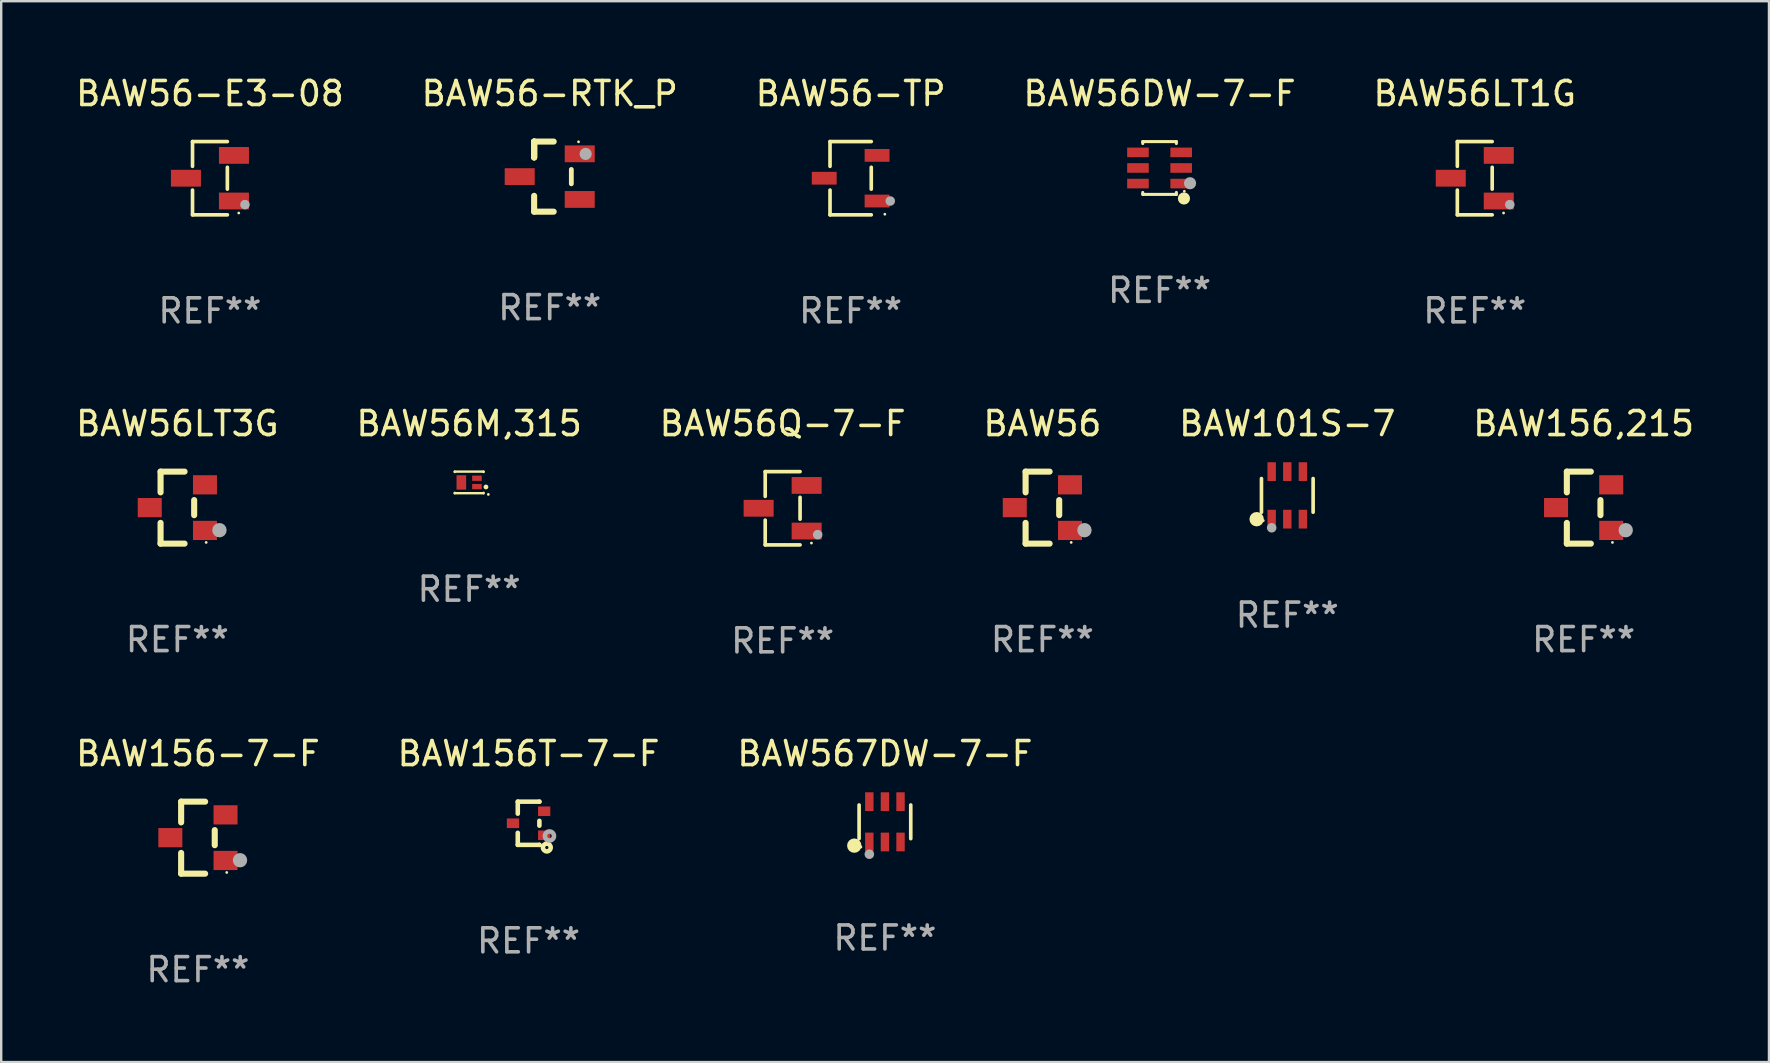
<source format=kicad_pcb>
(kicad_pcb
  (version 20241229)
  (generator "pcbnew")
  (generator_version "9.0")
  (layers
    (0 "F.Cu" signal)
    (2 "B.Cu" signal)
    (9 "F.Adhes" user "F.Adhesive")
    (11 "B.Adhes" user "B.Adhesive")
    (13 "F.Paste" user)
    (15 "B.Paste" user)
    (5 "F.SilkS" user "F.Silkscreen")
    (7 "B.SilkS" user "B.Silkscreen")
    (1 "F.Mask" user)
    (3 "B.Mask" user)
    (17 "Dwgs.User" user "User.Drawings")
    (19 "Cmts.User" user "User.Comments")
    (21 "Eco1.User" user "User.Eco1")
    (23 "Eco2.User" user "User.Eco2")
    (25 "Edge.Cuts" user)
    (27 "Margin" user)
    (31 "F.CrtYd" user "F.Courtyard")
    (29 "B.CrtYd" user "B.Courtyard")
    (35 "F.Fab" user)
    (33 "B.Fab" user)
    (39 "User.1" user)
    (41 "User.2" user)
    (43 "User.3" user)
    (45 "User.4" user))
  (footprint "BAW56"
    (layer "F.Cu")
    (at 40.375 18.097)
    (property "Reference" "BAW56" (at 0 -3.5 0) (layer "F.SilkS") (effects (font (size 1 1) (thickness 0.15))))
    (attr through_hole)
    (fp_line (start -0.7 -1.5) (end 0.3 -1.5) (stroke (width 0.254) (type solid)) (layer "F.SilkS"))
    (fp_line (start -0.7 -0.636) (end -0.7 -1.5) (stroke (width 0.254) (type solid)) (layer "F.SilkS"))
    (fp_line (start -0.7 1.5) (end -0.7 0.636) (stroke (width 0.254) (type solid)) (layer "F.SilkS"))
    (fp_line (start -0.7 1.5) (end 0.3 1.5) (stroke (width 0.254) (type solid)) (layer "F.SilkS"))
    (fp_line (start 0.7 0.314) (end 0.7 -0.314) (stroke (width 0.254) (type solid)) (layer "F.SilkS"))
    (fp_circle (center 1.2 1.45) (end 1.23 1.45) (stroke (width 0.06) (type solid)) (fill no) (layer "F.SilkS"))
    (fp_circle (center 1.753 0.94) (end 1.903 0.94) (stroke (width 0.3) (type solid)) (fill no) (layer "F.Fab"))
    (fp_text user "REF**" (at 0 5.5 0) (layer "F.Fab") (effects (font (size 1 1) (thickness 0.15))))
    (pad "1" smd rect (at 1.15 0.95 180) (size 1 0.8) (layers "F.Cu" "F.Mask" "F.Paste"))
    (pad "2" smd rect (at 1.15 -0.95 180) (size 1 0.8) (layers "F.Cu" "F.Mask" "F.Paste"))
    (pad "3" smd rect (at -1.15 -0.000051 180) (size 1 0.8) (layers "F.Cu" "F.Mask" "F.Paste")))
  (footprint "BAW56-E3-08"
    (layer "F.Cu")
    (at 5.696 4.374)
    (property "Reference" "BAW56-E3-08" (at 0 -3.526 0) (layer "F.SilkS") (effects (font (size 1 1) (thickness 0.15))))
    (attr through_hole)
    (fp_line (start -0.726 -1.526) (end -0.726 -0.495) (stroke (width 0.152) (type solid)) (layer "F.SilkS"))
    (fp_line (start -0.726 1.526) (end -0.726 0.495) (stroke (width 0.152) (type solid)) (layer "F.SilkS"))
    (fp_line (start 0.726 -1.526) (end -0.726 -1.526) (stroke (width 0.152) (type solid)) (layer "F.SilkS"))
    (fp_line (start 0.726 -0.455) (end 0.726 0.455) (stroke (width 0.152) (type solid)) (layer "F.SilkS"))
    (fp_line (start 0.726 1.526) (end -0.726 1.526) (stroke (width 0.152) (type solid)) (layer "F.SilkS"))
    (fp_circle (center 1.2 1.45) (end 1.23 1.45) (stroke (width 0.06) (type solid)) (fill no) (layer "F.SilkS"))
    (fp_circle (center 1.46 1.1) (end 1.56 1.1) (stroke (width 0.2) (type solid)) (fill no) (layer "F.Fab"))
    (fp_text user "REF**" (at 0 5.526 0) (layer "F.Fab") (effects (font (size 1 1) (thickness 0.15))))
    (pad "1" smd rect (at 1 0.95) (size 1.25 0.7) (layers "F.Cu" "F.Mask" "F.Paste"))
    (pad "2" smd rect (at 1 -0.95) (size 1.25 0.7) (layers "F.Cu" "F.Mask" "F.Paste"))
    (pad "3" smd rect (at -1 0) (size 1.25 0.7) (layers "F.Cu" "F.Mask" "F.Paste")))
  (footprint "BAW156-7-F"
    (layer "F.Cu")
    (at 5.196 31.846)
    (property "Reference" "BAW156-7-F" (at 0 -3.5 0) (layer "F.SilkS") (effects (font (size 1 1) (thickness 0.15))))
    (attr through_hole)
    (fp_line (start -0.7 -1.5) (end 0.3 -1.5) (stroke (width 0.254) (type solid)) (layer "F.SilkS"))
    (fp_line (start -0.7 -0.636) (end -0.7 -1.5) (stroke (width 0.254) (type solid)) (layer "F.SilkS"))
    (fp_line (start -0.7 1.5) (end -0.7 0.636) (stroke (width 0.254) (type solid)) (layer "F.SilkS"))
    (fp_line (start -0.7 1.5) (end 0.3 1.5) (stroke (width 0.254) (type solid)) (layer "F.SilkS"))
    (fp_line (start 0.7 0.314) (end 0.7 -0.314) (stroke (width 0.254) (type solid)) (layer "F.SilkS"))
    (fp_circle (center 1.2 1.45) (end 1.23 1.45) (stroke (width 0.06) (type solid)) (fill no) (layer "F.SilkS"))
    (fp_circle (center 1.753 0.94) (end 1.903 0.94) (stroke (width 0.3) (type solid)) (fill no) (layer "F.Fab"))
    (fp_text user "REF**" (at 0 5.5 0) (layer "F.Fab") (effects (font (size 1 1) (thickness 0.15))))
    (pad "1" smd rect (at 1.15 0.95 180) (size 1 0.8) (layers "F.Cu" "F.Mask" "F.Paste"))
    (pad "2" smd rect (at 1.15 -0.95 180) (size 1 0.8) (layers "F.Cu" "F.Mask" "F.Paste"))
    (pad "3" smd rect (at -1.15 -0.000051 180) (size 1 0.8) (layers "F.Cu" "F.Mask" "F.Paste")))
  (footprint "BAW56Q-7-F"
    (layer "F.Cu")
    (at 29.554 18.123)
    (property "Reference" "BAW56Q-7-F" (at 0 -3.526 0) (layer "F.SilkS") (effects (font (size 1 1) (thickness 0.15))))
    (attr through_hole)
    (fp_line (start -0.726 -1.526) (end -0.726 -0.495) (stroke (width 0.152) (type solid)) (layer "F.SilkS"))
    (fp_line (start -0.726 1.526) (end -0.726 0.495) (stroke (width 0.152) (type solid)) (layer "F.SilkS"))
    (fp_line (start 0.726 -1.526) (end -0.726 -1.526) (stroke (width 0.152) (type solid)) (layer "F.SilkS"))
    (fp_line (start 0.726 -0.455) (end 0.726 0.455) (stroke (width 0.152) (type solid)) (layer "F.SilkS"))
    (fp_line (start 0.726 1.526) (end -0.726 1.526) (stroke (width 0.152) (type solid)) (layer "F.SilkS"))
    (fp_circle (center 1.2 1.45) (end 1.23 1.45) (stroke (width 0.06) (type solid)) (fill no) (layer "F.SilkS"))
    (fp_circle (center 1.46 1.1) (end 1.56 1.1) (stroke (width 0.2) (type solid)) (fill no) (layer "F.Fab"))
    (fp_text user "REF**" (at 0 5.526 0) (layer "F.Fab") (effects (font (size 1 1) (thickness 0.15))))
    (pad "1" smd rect (at 1 0.95) (size 1.25 0.7) (layers "F.Cu" "F.Mask" "F.Paste"))
    (pad "2" smd rect (at 1 -0.95) (size 1.25 0.7) (layers "F.Cu" "F.Mask" "F.Paste"))
    (pad "3" smd rect (at -1 0) (size 1.25 0.7) (layers "F.Cu" "F.Mask" "F.Paste")))
  (footprint "BAW101S-7"
    (layer "F.Cu")
    (at 50.577 17.587)
    (property "Reference" "BAW101S-7" (at 0 -2.99 0) (layer "F.SilkS") (effects (font (size 1 1) (thickness 0.15))))
    (attr through_hole)
    (fp_line (start -1.076 0.701) (end -1.076 -0.701) (stroke (width 0.152) (type solid)) (layer "F.SilkS"))
    (fp_line (start 1.076 0.701) (end 1.076 -0.701) (stroke (width 0.152) (type solid)) (layer "F.SilkS"))
    (fp_circle (center -1.277 0.992) (end -1.127 0.992) (stroke (width 0.3) (type solid)) (fill no) (layer "F.SilkS"))
    (fp_circle (center -1 1.05) (end -0.97 1.05) (stroke (width 0.06) (type solid)) (fill no) (layer "F.SilkS"))
    (fp_circle (center -0.65 1.35) (end -0.55 1.35) (stroke (width 0.2) (type solid)) (fill no) (layer "F.Fab"))
    (fp_text user "REF**" (at 0 4.99 0) (layer "F.Fab") (effects (font (size 1 1) (thickness 0.15))))
    (pad "1" smd rect (at -0.65 0.99) (size 0.35 0.78) (layers "F.Cu" "F.Mask" "F.Paste"))
    (pad "2" smd rect (at 0 0.99) (size 0.35 0.78) (layers "F.Cu" "F.Mask" "F.Paste"))
    (pad "3" smd rect (at 0.65 0.99) (size 0.35 0.78) (layers "F.Cu" "F.Mask" "F.Paste"))
    (pad "4" smd rect (at 0.65 -0.99) (size 0.35 0.78) (layers "F.Cu" "F.Mask" "F.Paste"))
    (pad "5" smd rect (at 0 -0.99) (size 0.35 0.78) (layers "F.Cu" "F.Mask" "F.Paste"))
    (pad "6" smd rect (at -0.65 -0.99) (size 0.35 0.78) (layers "F.Cu" "F.Mask" "F.Paste")))
  (footprint "BAW156,215"
    (layer "F.Cu")
    (at 62.923 18.097)
    (property "Reference" "BAW156,215" (at 0 -3.5 0) (layer "F.SilkS") (effects (font (size 1 1) (thickness 0.15))))
    (attr through_hole)
    (fp_line (start -0.7 -1.5) (end 0.3 -1.5) (stroke (width 0.254) (type solid)) (layer "F.SilkS"))
    (fp_line (start -0.7 -0.636) (end -0.7 -1.5) (stroke (width 0.254) (type solid)) (layer "F.SilkS"))
    (fp_line (start -0.7 1.5) (end -0.7 0.636) (stroke (width 0.254) (type solid)) (layer "F.SilkS"))
    (fp_line (start -0.7 1.5) (end 0.3 1.5) (stroke (width 0.254) (type solid)) (layer "F.SilkS"))
    (fp_line (start 0.7 0.314) (end 0.7 -0.314) (stroke (width 0.254) (type solid)) (layer "F.SilkS"))
    (fp_circle (center 1.2 1.45) (end 1.23 1.45) (stroke (width 0.06) (type solid)) (fill no) (layer "F.SilkS"))
    (fp_circle (center 1.753 0.94) (end 1.903 0.94) (stroke (width 0.3) (type solid)) (fill no) (layer "F.Fab"))
    (fp_text user "REF**" (at 0 5.5 0) (layer "F.Fab") (effects (font (size 1 1) (thickness 0.15))))
    (pad "1" smd rect (at 1.15 0.95 180) (size 1 0.8) (layers "F.Cu" "F.Mask" "F.Paste"))
    (pad "2" smd rect (at 1.15 -0.95 180) (size 1 0.8) (layers "F.Cu" "F.Mask" "F.Paste"))
    (pad "3" smd rect (at -1.15 -0.000051 180) (size 1 0.8) (layers "F.Cu" "F.Mask" "F.Paste")))
  (footprint "BAW56-RTK_P"
    (layer "F.Cu")
    (at 19.851 4.308)
    (property "Reference" "BAW56-RTK_P" (at 0 -3.46 0) (layer "F.SilkS") (effects (font (size 1 1) (thickness 0.15))))
    (attr through_hole)
    (fp_line (start -0.65 -1.46) (end -0.65 -0.8) (stroke (width 0.254) (type solid)) (layer "F.SilkS"))
    (fp_line (start -0.65 -1.46) (end 0.165 -1.46) (stroke (width 0.254) (type solid)) (layer "F.SilkS"))
    (fp_line (start -0.65 -0.8) (end -0.65 -1.46) (stroke (width 0.254) (type solid)) (layer "F.SilkS"))
    (fp_line (start -0.65 -0.8) (end -0.65 -1.46) (stroke (width 0.254) (type solid)) (layer "F.SilkS"))
    (fp_line (start -0.65 1.46) (end -0.65 0.8) (stroke (width 0.254) (type solid)) (layer "F.SilkS"))
    (fp_line (start 0.165 1.46) (end -0.65 1.46) (stroke (width 0.254) (type solid)) (layer "F.SilkS"))
    (fp_line (start 0.9 0.3) (end 0.9 -0.3) (stroke (width 0.2) (type solid)) (layer "F.SilkS"))
    (fp_circle (center 1.2 -1.45) (end 1.23 -1.45) (stroke (width 0.06) (type solid)) (fill no) (layer "F.SilkS"))
    (fp_circle (center 1.496 -0.945) (end 1.623 -0.945) (stroke (width 0.254) (type solid)) (fill no) (layer "F.Fab"))
    (fp_text user "REF**" (at 0 5.46 0) (layer "F.Fab") (effects (font (size 1 1) (thickness 0.15))))
    (pad "1" smd rect (at 1.25 -0.95 270) (size 0.7 1.25) (layers "F.Cu" "F.Mask" "F.Paste"))
    (pad "2" smd rect (at 1.25 0.95 270) (size 0.7 1.25) (layers "F.Cu" "F.Mask" "F.Paste"))
    (pad "3" smd rect (at -1.25 0 270) (size 0.7 1.25) (layers "F.Cu" "F.Mask" "F.Paste")))
  (footprint "BAW56LT3G"
    (layer "F.Cu")
    (at 4.339 18.097)
    (property "Reference" "BAW56LT3G" (at 0 -3.5 0) (layer "F.SilkS") (effects (font (size 1 1) (thickness 0.15))))
    (attr through_hole)
    (fp_line (start -0.7 -1.5) (end 0.3 -1.5) (stroke (width 0.254) (type solid)) (layer "F.SilkS"))
    (fp_line (start -0.7 -0.636) (end -0.7 -1.5) (stroke (width 0.254) (type solid)) (layer "F.SilkS"))
    (fp_line (start -0.7 1.5) (end -0.7 0.636) (stroke (width 0.254) (type solid)) (layer "F.SilkS"))
    (fp_line (start -0.7 1.5) (end 0.3 1.5) (stroke (width 0.254) (type solid)) (layer "F.SilkS"))
    (fp_line (start 0.7 0.314) (end 0.7 -0.314) (stroke (width 0.254) (type solid)) (layer "F.SilkS"))
    (fp_circle (center 1.2 1.45) (end 1.23 1.45) (stroke (width 0.06) (type solid)) (fill no) (layer "F.SilkS"))
    (fp_circle (center 1.753 0.94) (end 1.903 0.94) (stroke (width 0.3) (type solid)) (fill no) (layer "F.Fab"))
    (fp_text user "REF**" (at 0 5.5 0) (layer "F.Fab") (effects (font (size 1 1) (thickness 0.15))))
    (pad "1" smd rect (at 1.15 0.95 180) (size 1 0.8) (layers "F.Cu" "F.Mask" "F.Paste"))
    (pad "2" smd rect (at 1.15 -0.95 180) (size 1 0.8) (layers "F.Cu" "F.Mask" "F.Paste"))
    (pad "3" smd rect (at -1.15 -0.000051 180) (size 1 0.8) (layers "F.Cu" "F.Mask" "F.Paste")))
  (footprint "BAW56-TP"
    (layer "F.Cu")
    (at 32.387 4.374)
    (property "Reference" "BAW56-TP" (at 0 -3.526 0) (layer "F.SilkS") (effects (font (size 1 1) (thickness 0.15))))
    (attr through_hole)
    (fp_line (start -0.859 -1.526) (end -0.859 -0.495) (stroke (width 0.152) (type solid)) (layer "F.SilkS"))
    (fp_line (start -0.859 1.526) (end -0.859 0.495) (stroke (width 0.152) (type solid)) (layer "F.SilkS"))
    (fp_line (start 0.859 -1.526) (end -0.859 -1.526) (stroke (width 0.152) (type solid)) (layer "F.SilkS"))
    (fp_line (start 0.859 -0.455) (end 0.859 0.455) (stroke (width 0.152) (type solid)) (layer "F.SilkS"))
    (fp_line (start 0.859 1.526) (end -0.859 1.526) (stroke (width 0.152) (type solid)) (layer "F.SilkS"))
    (fp_circle (center 1.425 1.5) (end 1.455 1.5) (stroke (width 0.06) (type solid)) (fill no) (layer "F.SilkS"))
    (fp_circle (center 1.65 0.95) (end 1.75 0.95) (stroke (width 0.2) (type solid)) (fill no) (layer "F.Fab"))
    (fp_text user "REF**" (at 0 5.526 0) (layer "F.Fab") (effects (font (size 1 1) (thickness 0.15))))
    (pad "1" smd rect (at 1.101 0.95) (size 1.037 0.532) (layers "F.Cu" "F.Mask" "F.Paste"))
    (pad "2" smd rect (at 1.101 -0.95) (size 1.037 0.532) (layers "F.Cu" "F.Mask" "F.Paste"))
    (pad "3" smd rect (at -1.101 0) (size 1.037 0.532) (layers "F.Cu" "F.Mask" "F.Paste")))
  (footprint "BAW56M,315"
    (layer "F.Cu")
    (at 16.494 17.047)
    (property "Reference" "BAW56M,315" (at 0 -2.45 0) (layer "F.SilkS") (effects (font (size 1 1) (thickness 0.15))))
    (attr through_hole)
    (fp_line (start -0.6 -0.45) (end -0.6 -0.434) (stroke (width 0.1) (type solid)) (layer "F.SilkS"))
    (fp_line (start -0.6 -0.45) (end 0.6 -0.45) (stroke (width 0.1) (type solid)) (layer "F.SilkS"))
    (fp_line (start -0.6 0.434) (end -0.6 0.45) (stroke (width 0.1) (type solid)) (layer "F.SilkS"))
    (fp_line (start -0.6 0.45) (end 0.6 0.45) (stroke (width 0.1) (type solid)) (layer "F.SilkS"))
    (fp_line (start 0.6 -0.45) (end 0.6 -0.434) (stroke (width 0.1) (type solid)) (layer "F.SilkS"))
    (fp_line (start 0.6 0.434) (end 0.6 0.45) (stroke (width 0.1) (type solid)) (layer "F.SilkS"))
    (fp_circle (center 0.7 0.19) (end 0.75 0.19) (stroke (width 0.1) (type solid)) (fill no) (layer "F.SilkS"))
    (fp_circle (center 0.8 0.5) (end 0.83 0.5) (stroke (width 0.06) (type solid)) (fill no) (layer "F.SilkS"))
    (fp_text user "REF**" (at 0 4.45 0) (layer "F.Fab") (effects (font (size 1 1) (thickness 0.15))))
    (pad "1" smd rect (at 0.325 0.175) (size 0.4 0.22) (layers "F.Cu" "F.Mask" "F.Paste"))
    (pad "2" smd rect (at 0.325 -0.175) (size 0.4 0.22) (layers "F.Cu" "F.Mask" "F.Paste"))
    (pad "3" smd rect (at -0.325 0.000229) (size 0.4 0.6) (layers "F.Cu" "F.Mask" "F.Paste")))
  (footprint "BAW567DW-7-F"
    (layer "F.Cu")
    (at 33.815 31.186)
    (property "Reference" "BAW567DW-7-F" (at 0 -2.84 0) (layer "F.SilkS") (effects (font (size 1 1) (thickness 0.15))))
    (attr through_hole)
    (fp_line (start -1.076 0.701) (end -1.076 -0.701) (stroke (width 0.152) (type solid)) (layer "F.SilkS"))
    (fp_line (start 1.076 0.701) (end 1.076 -0.701) (stroke (width 0.152) (type solid)) (layer "F.SilkS"))
    (fp_circle (center -1.277 0.992) (end -1.127 0.992) (stroke (width 0.3) (type solid)) (fill no) (layer "F.SilkS"))
    (fp_circle (center -1 1.05) (end -0.97 1.05) (stroke (width 0.06) (type solid)) (fill no) (layer "F.SilkS"))
    (fp_circle (center -0.65 1.35) (end -0.55 1.35) (stroke (width 0.2) (type solid)) (fill no) (layer "F.Fab"))
    (fp_text user "REF**" (at 0 4.84 0) (layer "F.Fab") (effects (font (size 1 1) (thickness 0.15))))
    (pad "1" smd rect (at -0.65 0.84) (size 0.35 0.78) (layers "F.Cu" "F.Mask" "F.Paste"))
    (pad "2" smd rect (at 0 0.84) (size 0.35 0.78) (layers "F.Cu" "F.Mask" "F.Paste"))
    (pad "3" smd rect (at 0.65 0.84) (size 0.35 0.78) (layers "F.Cu" "F.Mask" "F.Paste"))
    (pad "4" smd rect (at 0.65 -0.84) (size 0.35 0.78) (layers "F.Cu" "F.Mask" "F.Paste"))
    (pad "5" smd rect (at 0 -0.84) (size 0.35 0.78) (layers "F.Cu" "F.Mask" "F.Paste"))
    (pad "6" smd rect (at -0.65 -0.84) (size 0.35 0.78) (layers "F.Cu" "F.Mask" "F.Paste")))
  (footprint "BAW56DW-7-F"
    (layer "F.Cu")
    (at 45.256 3.948)
    (property "Reference" "BAW56DW-7-F" (at 0 -3.1 0) (layer "F.SilkS") (effects (font (size 1 1) (thickness 0.15))))
    (attr through_hole)
    (fp_line (start -0.7 -1.018) (end -0.7 -1.1) (stroke (width 0.127) (type solid)) (layer "F.SilkS"))
    (fp_line (start -0.7 1.1) (end -0.7 1.018) (stroke (width 0.127) (type solid)) (layer "F.SilkS"))
    (fp_line (start 0.7 -1.1) (end -0.7 -1.1) (stroke (width 0.127) (type solid)) (layer "F.SilkS"))
    (fp_line (start 0.7 -1.018) (end 0.7 -1.1) (stroke (width 0.127) (type solid)) (layer "F.SilkS"))
    (fp_line (start 0.7 1.1) (end -0.7 1.1) (stroke (width 0.127) (type solid)) (layer "F.SilkS"))
    (fp_line (start 0.7 1.1) (end 0.7 1.018) (stroke (width 0.127) (type solid)) (layer "F.SilkS"))
    (fp_circle (center 1.016 1.27) (end 1.143 1.27) (stroke (width 0.254) (type solid)) (fill no) (layer "F.SilkS"))
    (fp_circle (center 1.032 0.97) (end 1.062 0.97) (stroke (width 0.06) (type solid)) (fill no) (layer "F.SilkS"))
    (fp_circle (center 1.27 0.635) (end 1.397 0.635) (stroke (width 0.254) (type solid)) (fill no) (layer "F.Fab"))
    (fp_text user "REF**" (at 0 5.1 0) (layer "F.Fab") (effects (font (size 1 1) (thickness 0.15))))
    (pad "1" smd rect (at 0.9 0.65 90) (size 0.4 0.9) (layers "F.Cu" "F.Mask" "F.Paste"))
    (pad "2" smd rect (at 0.9 -0.000102 90) (size 0.4 0.9) (layers "F.Cu" "F.Mask" "F.Paste"))
    (pad "3" smd rect (at 0.9 -0.65 90) (size 0.4 0.9) (layers "F.Cu" "F.Mask" "F.Paste"))
    (pad "4" smd rect (at -0.9 -0.65 90) (size 0.4 0.9) (layers "F.Cu" "F.Mask" "F.Paste"))
    (pad "5" smd rect (at -0.9 -0.000102 90) (size 0.4 0.9) (layers "F.Cu" "F.Mask" "F.Paste"))
    (pad "6" smd rect (at -0.9 0.65 90) (size 0.4 0.9) (layers "F.Cu" "F.Mask" "F.Paste")))
  (footprint "BAW156T-7-F"
    (layer "F.Cu")
    (at 18.97 31.246)
    (property "Reference" "BAW156T-7-F" (at 0 -2.9 0) (layer "F.SilkS") (effects (font (size 1 1) (thickness 0.15))))
    (attr through_hole)
    (fp_line (start -0.45 -0.9) (end 0.45 -0.9) (stroke (width 0.19) (type solid)) (layer "F.SilkS"))
    (fp_line (start -0.45 -0.399) (end -0.45 -0.9) (stroke (width 0.19) (type solid)) (layer "F.SilkS"))
    (fp_line (start -0.45 0.9) (end -0.45 0.399) (stroke (width 0.19) (type solid)) (layer "F.SilkS"))
    (fp_line (start -0.45 0.9) (end 0.45 0.9) (stroke (width 0.19) (type solid)) (layer "F.SilkS"))
    (fp_line (start 0.45 -0.899) (end 0.45 -0.9) (stroke (width 0.19) (type solid)) (layer "F.SilkS"))
    (fp_line (start 0.45 0.101) (end 0.45 -0.101) (stroke (width 0.19) (type solid)) (layer "F.SilkS"))
    (fp_line (start 0.45 0.9) (end 0.45 0.899) (stroke (width 0.19) (type solid)) (layer "F.SilkS"))
    (fp_circle (center 0.76 1.01) (end 0.827 1.01) (stroke (width 0.19) (type solid)) (fill no) (layer "F.SilkS"))
    (fp_circle (center 0.8 0.8) (end 0.81 0.8) (stroke (width 0.02) (type solid)) (fill no) (layer "F.SilkS"))
    (fp_circle (center 0.87 0.53) (end 0.964 0.53) (stroke (width 0.19) (type solid)) (fill no) (layer "F.Fab"))
    (fp_text user "REF**" (at 0 4.9 0) (layer "F.Fab") (effects (font (size 1 1) (thickness 0.15))))
    (pad "1" smd rect (at 0.65 0.5 90) (size 0.4 0.51) (layers "F.Cu" "F.Mask" "F.Paste"))
    (pad "2" smd rect (at 0.65 -0.5 90) (size 0.4 0.51) (layers "F.Cu" "F.Mask" "F.Paste"))
    (pad "3" smd rect (at -0.65 0.000127 90) (size 0.4 0.51) (layers "F.Cu" "F.Mask" "F.Paste")))
  (footprint "BAW56LT1G"
    (layer "F.Cu")
    (at 58.387 4.374)
    (property "Reference" "BAW56LT1G" (at 0 -3.526 0) (layer "F.SilkS") (effects (font (size 1 1) (thickness 0.15))))
    (attr through_hole)
    (fp_line (start -0.726 -1.526) (end -0.726 -0.495) (stroke (width 0.152) (type solid)) (layer "F.SilkS"))
    (fp_line (start -0.726 1.526) (end -0.726 0.495) (stroke (width 0.152) (type solid)) (layer "F.SilkS"))
    (fp_line (start 0.726 -1.526) (end -0.726 -1.526) (stroke (width 0.152) (type solid)) (layer "F.SilkS"))
    (fp_line (start 0.726 -0.455) (end 0.726 0.455) (stroke (width 0.152) (type solid)) (layer "F.SilkS"))
    (fp_line (start 0.726 1.526) (end -0.726 1.526) (stroke (width 0.152) (type solid)) (layer "F.SilkS"))
    (fp_circle (center 1.2 1.45) (end 1.23 1.45) (stroke (width 0.06) (type solid)) (fill no) (layer "F.SilkS"))
    (fp_circle (center 1.46 1.1) (end 1.56 1.1) (stroke (width 0.2) (type solid)) (fill no) (layer "F.Fab"))
    (fp_text user "REF**" (at 0 5.526 0) (layer "F.Fab") (effects (font (size 1 1) (thickness 0.15))))
    (pad "1" smd rect (at 1 0.95) (size 1.25 0.7) (layers "F.Cu" "F.Mask" "F.Paste"))
    (pad "2" smd rect (at 1 -0.95) (size 1.25 0.7) (layers "F.Cu" "F.Mask" "F.Paste"))
    (pad "3" smd rect (at -1 0) (size 1.25 0.7) (layers "F.Cu" "F.Mask" "F.Paste")))
  (gr_rect
    (start -3 -3)
    (end 70.643 41.194)
    (stroke (width 0.1) (type default))
    (fill no)
    (layer "Edge.Cuts")))
</source>
